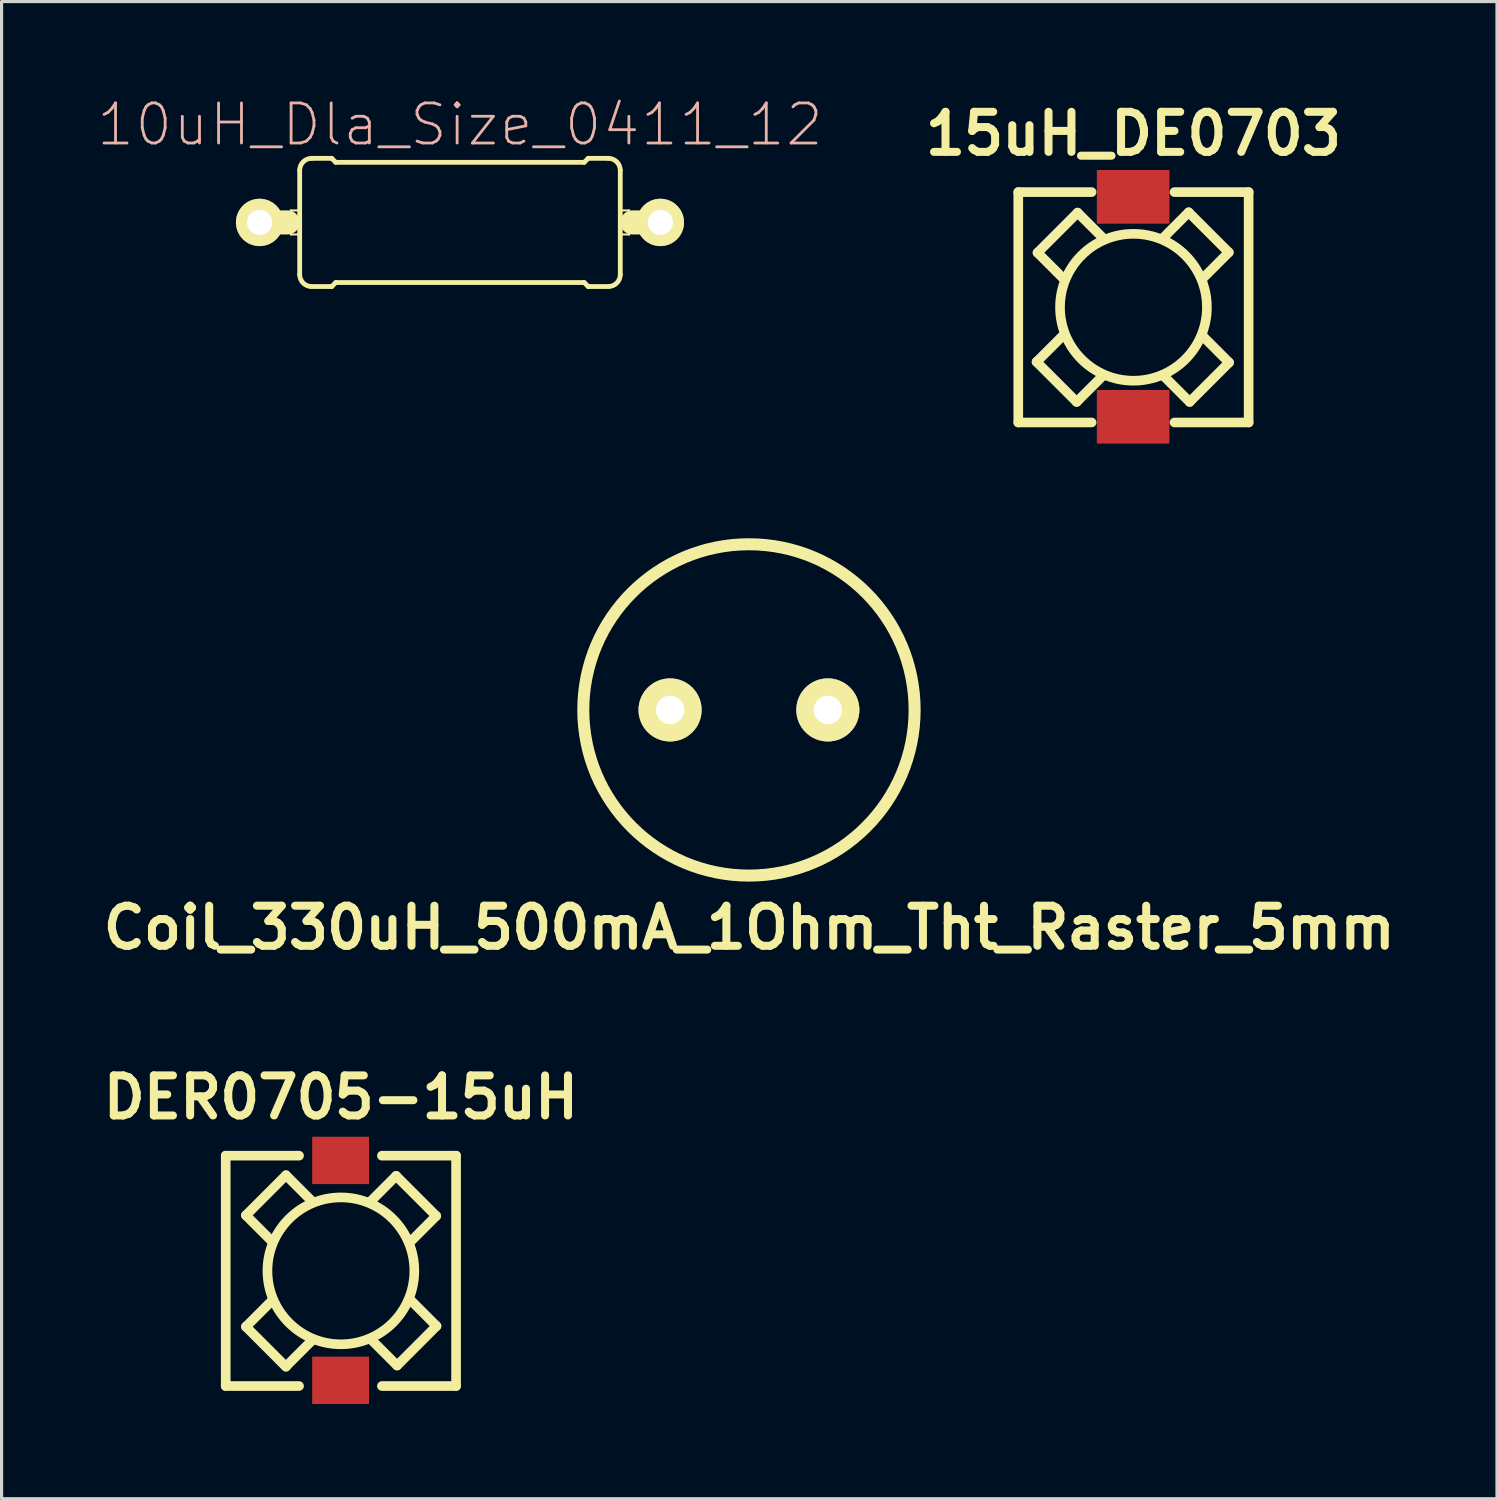
<source format=kicad_pcb>
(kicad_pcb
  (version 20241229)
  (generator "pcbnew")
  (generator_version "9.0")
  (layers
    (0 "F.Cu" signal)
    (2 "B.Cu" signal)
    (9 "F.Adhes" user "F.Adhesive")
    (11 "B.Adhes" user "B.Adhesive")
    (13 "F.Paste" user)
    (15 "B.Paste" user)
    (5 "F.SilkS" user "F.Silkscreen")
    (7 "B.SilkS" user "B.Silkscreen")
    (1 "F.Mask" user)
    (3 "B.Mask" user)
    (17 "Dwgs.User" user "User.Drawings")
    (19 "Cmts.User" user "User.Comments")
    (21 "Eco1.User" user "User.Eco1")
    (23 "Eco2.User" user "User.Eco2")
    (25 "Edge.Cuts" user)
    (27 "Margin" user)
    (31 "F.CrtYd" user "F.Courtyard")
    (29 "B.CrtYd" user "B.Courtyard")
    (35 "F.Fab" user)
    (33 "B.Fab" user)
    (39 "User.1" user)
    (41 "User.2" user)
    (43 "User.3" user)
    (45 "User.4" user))
  (footprint "10uH_Dla_Size_0411_12"
    (layer "F.Cu")
    (at 11.527 3.999)
    (property "Reference" "10uH_Dla_Size_0411_12" (at 0 -3.1 0) (layer "B.SilkS") (effects (font (size 1.27 1.27) (thickness 0.089))))
    (attr exclude_from_pos_files exclude_from_bom)
    (fp_line (start -6.35 0) (end -5.461 0) (stroke (width 0.762) (type solid)) (layer "F.SilkS"))
    (fp_line (start -5.359 -0.381) (end -5.08 -0.381) (stroke (width 0.066) (type solid)) (layer "F.SilkS"))
    (fp_line (start -5.359 0.381) (end -5.359 -0.381) (stroke (width 0.066) (type solid)) (layer "F.SilkS"))
    (fp_line (start -5.359 0.381) (end -5.08 0.381) (stroke (width 0.066) (type solid)) (layer "F.SilkS"))
    (fp_line (start -5.08 -1.651) (end -5.08 1.651) (stroke (width 0.152) (type solid)) (layer "F.SilkS"))
    (fp_line (start -5.08 0.381) (end -5.08 -0.381) (stroke (width 0.066) (type solid)) (layer "F.SilkS"))
    (fp_line (start -4.699 -2.032) (end -4.064 -2.032) (stroke (width 0.152) (type solid)) (layer "F.SilkS"))
    (fp_line (start -4.699 2.032) (end -4.064 2.032) (stroke (width 0.152) (type solid)) (layer "F.SilkS"))
    (fp_line (start -3.937 -1.905) (end -4.064 -2.032) (stroke (width 0.152) (type solid)) (layer "F.SilkS"))
    (fp_line (start -3.937 -1.905) (end 3.937 -1.905) (stroke (width 0.152) (type solid)) (layer "F.SilkS"))
    (fp_line (start -3.937 1.905) (end -4.064 2.032) (stroke (width 0.152) (type solid)) (layer "F.SilkS"))
    (fp_line (start -3.937 1.905) (end 3.937 1.905) (stroke (width 0.152) (type solid)) (layer "F.SilkS"))
    (fp_line (start 3.937 -1.905) (end 4.064 -2.032) (stroke (width 0.152) (type solid)) (layer "F.SilkS"))
    (fp_line (start 3.937 1.905) (end 4.064 2.032) (stroke (width 0.152) (type solid)) (layer "F.SilkS"))
    (fp_line (start 4.699 -2.032) (end 4.064 -2.032) (stroke (width 0.152) (type solid)) (layer "F.SilkS"))
    (fp_line (start 4.699 2.032) (end 4.064 2.032) (stroke (width 0.152) (type solid)) (layer "F.SilkS"))
    (fp_line (start 5.08 -0.381) (end 5.359 -0.381) (stroke (width 0.066) (type solid)) (layer "F.SilkS"))
    (fp_line (start 5.08 0.381) (end 5.08 -0.381) (stroke (width 0.066) (type solid)) (layer "F.SilkS"))
    (fp_line (start 5.08 0.381) (end 5.359 0.381) (stroke (width 0.066) (type solid)) (layer "F.SilkS"))
    (fp_line (start 5.08 1.651) (end 5.08 -1.651) (stroke (width 0.152) (type solid)) (layer "F.SilkS"))
    (fp_line (start 5.359 0.381) (end 5.359 -0.381) (stroke (width 0.066) (type solid)) (layer "F.SilkS"))
    (fp_line (start 6.35 0) (end 5.461 0) (stroke (width 0.762) (type solid)) (layer "F.SilkS"))
    (fp_arc (start -5.08 -1.651) (mid -4.968408 -1.920408) (end -4.699 -2.032) (stroke (width 0.1524) (type solid)) (layer "F.SilkS"))
    (fp_arc (start -4.699 2.032) (mid -4.968408 1.920408) (end -5.08 1.651) (stroke (width 0.1524) (type solid)) (layer "F.SilkS"))
    (fp_arc (start 4.699 -2.032) (mid 4.968408 -1.920408) (end 5.08 -1.651) (stroke (width 0.1524) (type solid)) (layer "F.SilkS"))
    (fp_arc (start 5.08 1.651) (mid 4.968408 1.920408) (end 4.699 2.032) (stroke (width 0.1524) (type solid)) (layer "F.SilkS"))
    (pad "1" thru_hole circle (at -6.35 0) (size 1.5 1.5) (drill 0.8) (layers "*.Cu" "F.Mask" "F.SilkS" "F.Paste"))
    (pad "2" thru_hole circle (at 6.35 0) (size 1.5 1.5) (drill 0.8) (layers "*.Cu" "F.Mask" "F.SilkS" "F.Paste")))
  (footprint "Coil_330uH_500mA_1Ohm_Tht_Raster_5mm"
    (layer "F.Cu")
    (at 20.685 19.448)
    (property "Reference" "Coil_330uH_500mA_1Ohm_Tht_Raster_5mm" (at 0.01 6.9 0) (layer "F.SilkS") (effects (font (size 1.27 1.27) (thickness 0.254))))
    (attr through_hole)
    (fp_circle (center 0 0) (end 5.25 0) (stroke (width 0.381) (type solid)) (fill no) (layer "F.SilkS"))
    (pad "1" thru_hole circle (at -2.5 0) (size 2 2) (drill 0.9) (layers "*.Cu" "*.Mask" "F.SilkS"))
    (pad "2" thru_hole circle (at 2.5 0) (size 2 2) (drill 0.9) (layers "*.Cu" "*.Mask" "F.SilkS")))
  (footprint "DER0705-15uH"
    (layer "F.Cu")
    (at 7.753 37.224)
    (property "Reference" "DER0705-15uH" (at 0 -5.499 0) (layer "F.SilkS") (effects (font (size 1.27 1.27) (thickness 0.254))))
    (attr through_hole)
    (fp_line (start -3.65 -3.65) (end -3.65 3.65) (stroke (width 0.305) (type solid)) (layer "F.SilkS"))
    (fp_line (start -3.65 -3.65) (end -1.326 -3.65) (stroke (width 0.305) (type solid)) (layer "F.SilkS"))
    (fp_line (start -3.65 3.65) (end -1.326 3.65) (stroke (width 0.305) (type solid)) (layer "F.SilkS"))
    (fp_line (start -3.01 -1.76) (end -2.21 -0.96) (stroke (width 0.305) (type solid)) (layer "F.SilkS"))
    (fp_line (start -3.01 1.77) (end -2.189 0.95) (stroke (width 0.305) (type solid)) (layer "F.SilkS"))
    (fp_line (start -1.74 -3.03) (end -3.01 -1.76) (stroke (width 0.305) (type solid)) (layer "F.SilkS"))
    (fp_line (start -1.74 -3.03) (end -0.899 -2.189) (stroke (width 0.305) (type solid)) (layer "F.SilkS"))
    (fp_line (start -1.74 3.03) (end -0.899 2.189) (stroke (width 0.305) (type solid)) (layer "F.SilkS"))
    (fp_line (start -1.74 3.04) (end -3.01 1.77) (stroke (width 0.305) (type solid)) (layer "F.SilkS"))
    (fp_line (start 0.93 2.149) (end 1.781 3) (stroke (width 0.305) (type solid)) (layer "F.SilkS"))
    (fp_line (start 1.75 -3.01) (end 0.93 -2.189) (stroke (width 0.305) (type solid)) (layer "F.SilkS"))
    (fp_line (start 1.781 3) (end 3.03 1.75) (stroke (width 0.305) (type solid)) (layer "F.SilkS"))
    (fp_line (start 3.02 -1.74) (end 1.75 -3.01) (stroke (width 0.305) (type solid)) (layer "F.SilkS"))
    (fp_line (start 3.02 -1.74) (end 2.2 -0.919) (stroke (width 0.305) (type solid)) (layer "F.SilkS"))
    (fp_line (start 3.03 1.75) (end 2.2 0.919) (stroke (width 0.305) (type solid)) (layer "F.SilkS"))
    (fp_line (start 3.65 -3.65) (end 1.3 -3.65) (stroke (width 0.305) (type solid)) (layer "F.SilkS"))
    (fp_line (start 3.65 3.65) (end 1.3 3.65) (stroke (width 0.305) (type solid)) (layer "F.SilkS"))
    (fp_line (start 3.65 3.65) (end 3.65 -3.65) (stroke (width 0.305) (type solid)) (layer "F.SilkS"))
    (fp_circle (center 0 0) (end 1.001 2.101) (stroke (width 0.305) (type solid)) (fill no) (layer "F.SilkS"))
    (pad "1" smd rect (at -0.01 -3.5) (size 1.801 1.501) (layers "F.Cu" "F.Mask" "F.Paste"))
    (pad "2" smd rect (at -0.01 3.47) (size 1.801 1.501) (layers "F.Cu" "F.Mask" "F.Paste")))
  (footprint "15uH_DE0703"
    (layer "F.Cu")
    (at 32.87 6.688)
    (property "Reference" "15uH_DE0703" (at 0 -5.499 0) (layer "F.SilkS") (effects (font (size 1.27 1.27) (thickness 0.254))))
    (attr through_hole)
    (fp_line (start -3.65 -3.65) (end -3.65 3.65) (stroke (width 0.305) (type solid)) (layer "F.SilkS"))
    (fp_line (start -3.65 -3.65) (end -1.326 -3.65) (stroke (width 0.305) (type solid)) (layer "F.SilkS"))
    (fp_line (start -3.65 3.65) (end -1.326 3.65) (stroke (width 0.305) (type solid)) (layer "F.SilkS"))
    (fp_line (start -3.07 1.73) (end -2.249 0.91) (stroke (width 0.305) (type solid)) (layer "F.SilkS"))
    (fp_line (start -3.04 -1.73) (end -2.24 -0.93) (stroke (width 0.305) (type solid)) (layer "F.SilkS"))
    (fp_line (start -1.8 3) (end -0.959 2.159) (stroke (width 0.305) (type solid)) (layer "F.SilkS"))
    (fp_line (start -1.8 3) (end -3.07 1.73) (stroke (width 0.305) (type solid)) (layer "F.SilkS"))
    (fp_line (start -1.77 -3) (end -3.04 -1.73) (stroke (width 0.305) (type solid)) (layer "F.SilkS"))
    (fp_line (start -1.77 -3) (end -0.929 -2.159) (stroke (width 0.305) (type solid)) (layer "F.SilkS"))
    (fp_line (start 0.93 2.149) (end 1.781 3) (stroke (width 0.305) (type solid)) (layer "F.SilkS"))
    (fp_line (start 1.75 -3.01) (end 0.93 -2.189) (stroke (width 0.305) (type solid)) (layer "F.SilkS"))
    (fp_line (start 1.781 3) (end 3.03 1.75) (stroke (width 0.305) (type solid)) (layer "F.SilkS"))
    (fp_line (start 3.02 -1.74) (end 1.75 -3.01) (stroke (width 0.305) (type solid)) (layer "F.SilkS"))
    (fp_line (start 3.02 -1.74) (end 2.2 -0.919) (stroke (width 0.305) (type solid)) (layer "F.SilkS"))
    (fp_line (start 3.03 1.75) (end 2.2 0.919) (stroke (width 0.305) (type solid)) (layer "F.SilkS"))
    (fp_line (start 3.65 -3.65) (end 1.3 -3.65) (stroke (width 0.305) (type solid)) (layer "F.SilkS"))
    (fp_line (start 3.65 3.65) (end 1.3 3.65) (stroke (width 0.305) (type solid)) (layer "F.SilkS"))
    (fp_line (start 3.65 3.65) (end 3.65 -3.65) (stroke (width 0.305) (type solid)) (layer "F.SilkS"))
    (fp_circle (center 0 0) (end 1.001 2.101) (stroke (width 0.305) (type solid)) (fill no) (layer "F.SilkS"))
    (pad "1" smd rect (at -0.01 -3.5) (size 2.3 1.7) (layers "F.Cu" "F.Mask" "F.Paste"))
    (pad "2" smd rect (at -0.01 3.47) (size 2.3 1.7) (layers "F.Cu" "F.Mask" "F.Paste")))
  (gr_rect
    (start -3 -3)
    (end 44.39 44.445)
    (stroke (width 0.1) (type default))
    (fill no)
    (layer "Edge.Cuts")))
</source>
